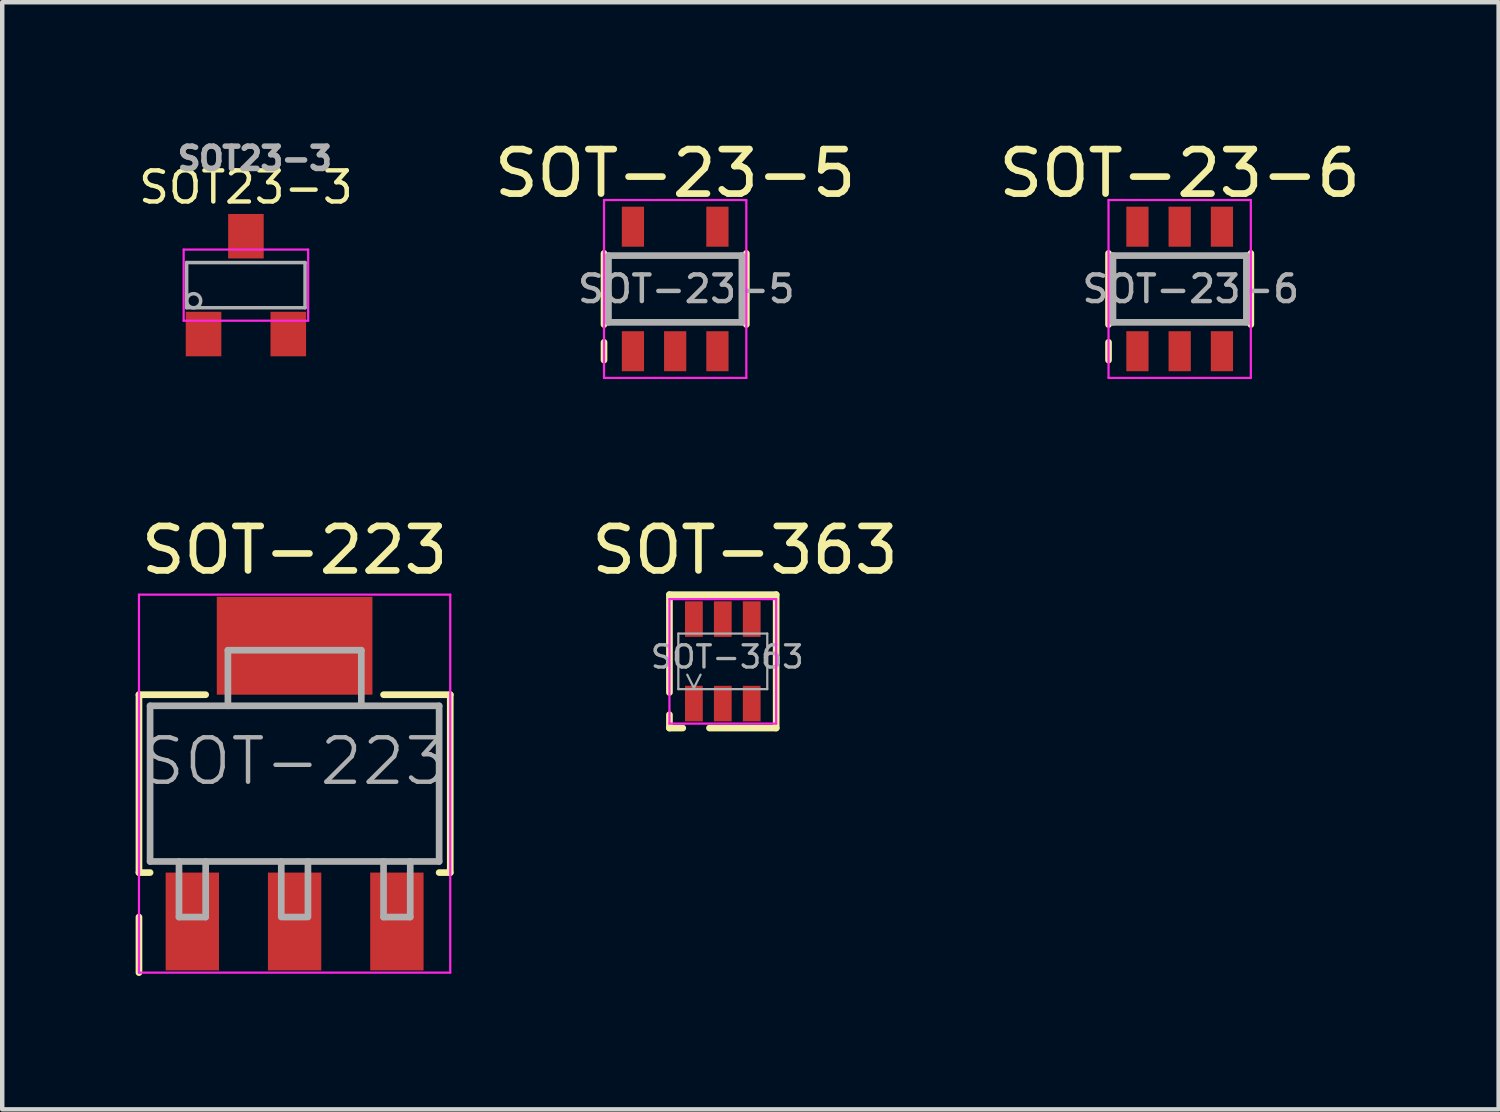
<source format=kicad_pcb>
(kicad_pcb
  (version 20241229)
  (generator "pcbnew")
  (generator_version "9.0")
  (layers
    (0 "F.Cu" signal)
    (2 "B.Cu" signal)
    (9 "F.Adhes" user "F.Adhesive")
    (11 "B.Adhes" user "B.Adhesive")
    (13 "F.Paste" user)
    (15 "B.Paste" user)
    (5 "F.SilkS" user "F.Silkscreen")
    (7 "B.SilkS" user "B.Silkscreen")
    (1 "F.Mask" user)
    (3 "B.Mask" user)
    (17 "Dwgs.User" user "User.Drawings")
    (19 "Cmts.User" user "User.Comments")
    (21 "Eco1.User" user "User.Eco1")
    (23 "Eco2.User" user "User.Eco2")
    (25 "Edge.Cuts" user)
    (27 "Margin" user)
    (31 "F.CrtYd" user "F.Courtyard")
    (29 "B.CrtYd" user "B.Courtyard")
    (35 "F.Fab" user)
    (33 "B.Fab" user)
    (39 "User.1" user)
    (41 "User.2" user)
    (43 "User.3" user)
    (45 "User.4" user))
  (footprint "SOT-23-5"
    (layer "F.Cu")
    (at 12.133 3.448)
    (property "Reference" "SOT-23-5" (at 0 -2.6 180) (layer "F.SilkS") (effects (font (size 1 1) (thickness 0.15))))
    (attr smd)
    (fp_line (start -1.6 -0.8) (end -1.6 0.8) (stroke (width 0.15) (type solid)) (layer "F.SilkS"))
    (fp_line (start -1.6 1.2) (end -1.6 1.6) (stroke (width 0.15) (type solid)) (layer "F.SilkS"))
    (fp_line (start 1.6 -0.8) (end 1.6 0.8) (stroke (width 0.15) (type solid)) (layer "F.SilkS"))
    (fp_line (start -1.6 -2) (end -1.6 2) (stroke (width 0.05) (type solid)) (layer "F.CrtYd"))
    (fp_line (start -1.6 -2) (end 1.6 -2) (stroke (width 0.05) (type solid)) (layer "F.CrtYd"))
    (fp_line (start -1.6 2) (end 1.6 2) (stroke (width 0.05) (type solid)) (layer "F.CrtYd"))
    (fp_line (start 1.6 -2) (end 1.6 2) (stroke (width 0.05) (type solid)) (layer "F.CrtYd"))
    (fp_line (start -1.5 -0.75) (end -1.5 0.75) (stroke (width 0.15) (type solid)) (layer "F.Fab"))
    (fp_line (start -1.5 0.75) (end 1.5 0.75) (stroke (width 0.15) (type solid)) (layer "F.Fab"))
    (fp_line (start 1.5 -0.75) (end -1.5 -0.75) (stroke (width 0.15) (type solid)) (layer "F.Fab"))
    (fp_line (start 1.5 0.75) (end 1.5 -0.75) (stroke (width 0.15) (type solid)) (layer "F.Fab"))
    (fp_text user "${REFERENCE}" (at 0.25 0 0) (layer "F.Fab") (effects (font (size 0.6 0.6) (thickness 0.1))))
    (pad "1" smd rect (at -0.95 1.4) (size 0.5 0.9) (layers "F.Cu" "F.Mask" "F.Paste"))
    (pad "2" smd rect (at 0 1.4) (size 0.5 0.9) (layers "F.Cu" "F.Mask" "F.Paste"))
    (pad "3" smd rect (at 0.95 1.4) (size 0.5 0.9) (layers "F.Cu" "F.Mask" "F.Paste"))
    (pad "4" smd rect (at 0.95 -1.4) (size 0.5 0.9) (layers "F.Cu" "F.Mask" "F.Paste"))
    (pad "5" smd rect (at -0.95 -1.4) (size 0.5 0.9) (layers "F.Cu" "F.Mask" "F.Paste")))
  (footprint "SOT-363"
    (layer "F.Cu")
    (at 13.204 11.822)
    (property "Reference" "SOT-363" (at 0.5 -2.5 0) (layer "F.SilkS") (effects (font (size 1 1) (thickness 0.15))))
    (attr smd)
    (fp_line (start -1.2 0.7) (end -1.2 -1.5) (stroke (width 0.15) (type solid)) (layer "F.SilkS"))
    (fp_line (start -1.2 1.5) (end -1.2 1.2) (stroke (width 0.15) (type solid)) (layer "F.SilkS"))
    (fp_line (start -0.9 1.5) (end -1.2 1.5) (stroke (width 0.15) (type solid)) (layer "F.SilkS"))
    (fp_line (start 1.2 -1.5) (end -1.2 -1.5) (stroke (width 0.15) (type solid)) (layer "F.SilkS"))
    (fp_line (start 1.2 1.5) (end -0.3 1.5) (stroke (width 0.15) (type solid)) (layer "F.SilkS"))
    (fp_line (start 1.2 1.5) (end 1.2 -1.5) (stroke (width 0.15) (type solid)) (layer "F.SilkS"))
    (fp_line (start -1.2 -1.4) (end 1.2 -1.4) (stroke (width 0.05) (type solid)) (layer "F.CrtYd"))
    (fp_line (start -1.2 1.4) (end -1.2 -1.4) (stroke (width 0.05) (type solid)) (layer "F.CrtYd"))
    (fp_line (start 1.2 -1.4) (end 1.2 1.4) (stroke (width 0.05) (type solid)) (layer "F.CrtYd"))
    (fp_line (start 1.2 1.4) (end -1.2 1.4) (stroke (width 0.05) (type solid)) (layer "F.CrtYd"))
    (fp_line (start -1 -0.625) (end 1 -0.625) (stroke (width 0.05) (type solid)) (layer "F.Fab"))
    (fp_line (start -1 0.625) (end -1 -0.625) (stroke (width 0.05) (type solid)) (layer "F.Fab"))
    (fp_line (start -0.8 0.3) (end -0.65 0.6) (stroke (width 0.05) (type solid)) (layer "F.Fab"))
    (fp_line (start -0.65 0.6) (end -0.5 0.3) (stroke (width 0.05) (type solid)) (layer "F.Fab"))
    (fp_line (start 1 -0.625) (end 1 0.625) (stroke (width 0.05) (type solid)) (layer "F.Fab"))
    (fp_line (start 1 0.625) (end -1 0.625) (stroke (width 0.05) (type solid)) (layer "F.Fab"))
    (fp_text user "${REFERENCE}" (at 0.1 -0.1 0) (layer "F.Fab") (effects (font (size 0.5 0.5) (thickness 0.075))))
    (pad "1" smd rect (at -0.65 0.95) (size 0.4 0.8) (layers "F.Cu" "F.Mask" "F.Paste"))
    (pad "2" smd rect (at 0 0.95) (size 0.4 0.8) (layers "F.Cu" "F.Mask" "F.Paste"))
    (pad "3" smd rect (at 0.65 0.95) (size 0.4 0.8) (layers "F.Cu" "F.Mask" "F.Paste"))
    (pad "4" smd rect (at 0.65 -0.95) (size 0.4 0.8) (layers "F.Cu" "F.Mask" "F.Paste"))
    (pad "5" smd rect (at 0 -0.95) (size 0.4 0.8) (layers "F.Cu" "F.Mask" "F.Paste"))
    (pad "6" smd rect (at -0.65 -0.95) (size 0.4 0.8) (layers "F.Cu" "F.Mask" "F.Paste")))
  (footprint "SOT-223"
    (layer "F.Cu")
    (at 3.575 14.572)
    (property "Reference" "SOT-223" (at 0 -5.25 180) (layer "F.SilkS") (effects (font (size 1 1) (thickness 0.15))))
    (attr smd)
    (fp_line (start -3.5 -2) (end -3.5 2) (stroke (width 0.15) (type solid)) (layer "F.SilkS"))
    (fp_line (start -3.5 -2) (end -2 -2) (stroke (width 0.15) (type solid)) (layer "F.SilkS"))
    (fp_line (start -3.5 2) (end -3.25 2) (stroke (width 0.15) (type solid)) (layer "F.SilkS"))
    (fp_line (start -3.5 3) (end -3.5 4.25) (stroke (width 0.15) (type solid)) (layer "F.SilkS"))
    (fp_line (start 3.5 -2) (end 2 -2) (stroke (width 0.15) (type solid)) (layer "F.SilkS"))
    (fp_line (start 3.5 -2) (end 3.5 2) (stroke (width 0.15) (type solid)) (layer "F.SilkS"))
    (fp_line (start 3.5 2) (end 3.25 2) (stroke (width 0.15) (type solid)) (layer "F.SilkS"))
    (fp_line (start -3.5 -4.25) (end -3.5 4.25) (stroke (width 0.05) (type solid)) (layer "F.CrtYd"))
    (fp_line (start -3.5 -4.25) (end 3.5 -4.25) (stroke (width 0.05) (type solid)) (layer "F.CrtYd"))
    (fp_line (start -3.5 4.25) (end 3.5 4.25) (stroke (width 0.05) (type solid)) (layer "F.CrtYd"))
    (fp_line (start 3.5 -4.25) (end 3.5 4.25) (stroke (width 0.05) (type solid)) (layer "F.CrtYd"))
    (fp_line (start -3.25 -1.75) (end -3.25 1.75) (stroke (width 0.15) (type solid)) (layer "F.Fab"))
    (fp_line (start -3.25 1.75) (end 3.25 1.75) (stroke (width 0.15) (type solid)) (layer "F.Fab"))
    (fp_line (start -2.6 1.75) (end -2.6 3) (stroke (width 0.15) (type solid)) (layer "F.Fab"))
    (fp_line (start -2.6 3) (end -2 3) (stroke (width 0.15) (type solid)) (layer "F.Fab"))
    (fp_line (start -2 3) (end -2 1.75) (stroke (width 0.15) (type solid)) (layer "F.Fab"))
    (fp_line (start -1.5 -3) (end -1.5 -1.75) (stroke (width 0.15) (type solid)) (layer "F.Fab"))
    (fp_line (start -1.5 -3) (end 1.5 -3) (stroke (width 0.15) (type solid)) (layer "F.Fab"))
    (fp_line (start -0.3 1.75) (end -0.3 3) (stroke (width 0.15) (type solid)) (layer "F.Fab"))
    (fp_line (start -0.25 3) (end 0.25 3) (stroke (width 0.15) (type solid)) (layer "F.Fab"))
    (fp_line (start 0.3 3) (end 0.3 1.75) (stroke (width 0.15) (type solid)) (layer "F.Fab"))
    (fp_line (start 1.5 -3) (end 1.5 -1.75) (stroke (width 0.15) (type solid)) (layer "F.Fab"))
    (fp_line (start 2 1.75) (end 2 3) (stroke (width 0.15) (type solid)) (layer "F.Fab"))
    (fp_line (start 2 3) (end 2.6 3) (stroke (width 0.15) (type solid)) (layer "F.Fab"))
    (fp_line (start 2.6 3) (end 2.6 1.75) (stroke (width 0.15) (type solid)) (layer "F.Fab"))
    (fp_line (start 3.25 -1.75) (end -3.25 -1.75) (stroke (width 0.15) (type solid)) (layer "F.Fab"))
    (fp_line (start 3.25 1.75) (end 3.25 -1.75) (stroke (width 0.15) (type solid)) (layer "F.Fab"))
    (fp_text user "${REFERENCE}" (at 0 -0.5 0) (layer "F.Fab") (effects (font (size 1 1) (thickness 0.1))))
    (pad "1" smd rect (at -2.3 3.1) (size 1.2 2.2) (layers "F.Cu" "F.Mask" "F.Paste"))
    (pad "2" smd rect (at 0 3.1) (size 1.2 2.2) (layers "F.Cu" "F.Mask" "F.Paste"))
    (pad "3" smd rect (at 2.3 3.1) (size 1.2 2.2) (layers "F.Cu" "F.Mask" "F.Paste"))
    (pad "4" smd rect (at 0 -3.1) (size 3.5 2.2) (layers "F.Cu" "F.Mask" "F.Paste")))
  (footprint "SOT23-3"
    (layer "F.Cu")
    (at 2.48 3.362)
    (property "Reference" "SOT23-3" (at 0 -2.2 0) (layer "F.SilkS") (effects (font (size 0.7 0.7) (thickness 0.1))))
    (attr through_hole)
    (fp_line (start -1.4 -0.8) (end 1.4 -0.8) (stroke (width 0.05) (type solid)) (layer "F.CrtYd"))
    (fp_line (start -1.4 0.8) (end -1.4 -0.8) (stroke (width 0.05) (type solid)) (layer "F.CrtYd"))
    (fp_line (start 1.4 -0.8) (end 1.4 0.6) (stroke (width 0.05) (type solid)) (layer "F.CrtYd"))
    (fp_line (start 1.4 0.6) (end 1.4 0.8) (stroke (width 0.05) (type solid)) (layer "F.CrtYd"))
    (fp_line (start 1.4 0.8) (end -1.4 0.8) (stroke (width 0.05) (type solid)) (layer "F.CrtYd"))
    (fp_line (start -1.333 -0.508) (end -1.333 0.508) (stroke (width 0.079) (type solid)) (layer "F.Fab"))
    (fp_line (start -1.33 -0.508) (end 1.33 -0.508) (stroke (width 0.079) (type solid)) (layer "F.Fab"))
    (fp_line (start 1.33 -0.508) (end 1.33 0.508) (stroke (width 0.079) (type solid)) (layer "F.Fab"))
    (fp_line (start 1.33 0.508) (end -1.33 0.508) (stroke (width 0.079) (type solid)) (layer "F.Fab"))
    (fp_circle (center -1.176 0.351) (end -1.3 0.45) (stroke (width 0.079) (type solid)) (fill no) (layer "F.Fab"))
    (fp_text user "${REFERENCE}" (at 0.2 -2.85 0) (layer "F.Fab") (effects (font (size 0.5 0.5) (thickness 0.125))))
    (pad "1" smd rect (at -0.953 1.1) (size 0.8 1.001) (layers "F.Cu" "F.Mask" "F.Paste"))
    (pad "2" smd rect (at 0.953 1.1) (size 0.8 1.001) (layers "F.Cu" "F.Mask" "F.Paste"))
    (pad "3" smd rect (at 0 -1.1) (size 0.8 1.001) (layers "F.Cu" "F.Mask" "F.Paste")))
  (footprint "SOT-23-6"
    (layer "F.Cu")
    (at 23.478 3.448)
    (property "Reference" "SOT-23-6" (at 0 -2.6 180) (layer "F.SilkS") (effects (font (size 1 1) (thickness 0.15))))
    (attr smd)
    (fp_line (start -1.6 -0.8) (end -1.6 0.8) (stroke (width 0.15) (type solid)) (layer "F.SilkS"))
    (fp_line (start -1.6 1.2) (end -1.6 1.6) (stroke (width 0.15) (type solid)) (layer "F.SilkS"))
    (fp_line (start 1.6 -0.8) (end 1.6 0.8) (stroke (width 0.15) (type solid)) (layer "F.SilkS"))
    (fp_line (start -1.6 -2) (end -1.6 2) (stroke (width 0.05) (type solid)) (layer "F.CrtYd"))
    (fp_line (start -1.6 -2) (end 1.6 -2) (stroke (width 0.05) (type solid)) (layer "F.CrtYd"))
    (fp_line (start -1.6 2) (end 1.6 2) (stroke (width 0.05) (type solid)) (layer "F.CrtYd"))
    (fp_line (start 1.6 -2) (end 1.6 2) (stroke (width 0.05) (type solid)) (layer "F.CrtYd"))
    (fp_line (start -1.5 -0.75) (end -1.5 0.75) (stroke (width 0.15) (type solid)) (layer "F.Fab"))
    (fp_line (start -1.5 0.75) (end 1.5 0.75) (stroke (width 0.15) (type solid)) (layer "F.Fab"))
    (fp_line (start 1.5 -0.75) (end -1.5 -0.75) (stroke (width 0.15) (type solid)) (layer "F.Fab"))
    (fp_line (start 1.5 0.75) (end 1.5 -0.75) (stroke (width 0.15) (type solid)) (layer "F.Fab"))
    (fp_text user "${REFERENCE}" (at 0.25 0 0) (layer "F.Fab") (effects (font (size 0.6 0.6) (thickness 0.1))))
    (pad "1" smd rect (at -0.95 1.4) (size 0.5 0.9) (layers "F.Cu" "F.Mask" "F.Paste"))
    (pad "2" smd rect (at 0 1.4) (size 0.5 0.9) (layers "F.Cu" "F.Mask" "F.Paste"))
    (pad "3" smd rect (at 0.95 1.4) (size 0.5 0.9) (layers "F.Cu" "F.Mask" "F.Paste"))
    (pad "4" smd rect (at 0.95 -1.4) (size 0.5 0.9) (layers "F.Cu" "F.Mask" "F.Paste"))
    (pad "5" smd rect (at 0 -1.4) (size 0.5 0.9) (layers "F.Cu" "F.Mask" "F.Paste"))
    (pad "6" smd rect (at -0.95 -1.4) (size 0.5 0.9) (layers "F.Cu" "F.Mask" "F.Paste")))
  (gr_rect
    (start -3 -3)
    (end 30.65 21.896)
    (stroke (width 0.1) (type default))
    (fill no)
    (layer "Edge.Cuts")))
</source>
